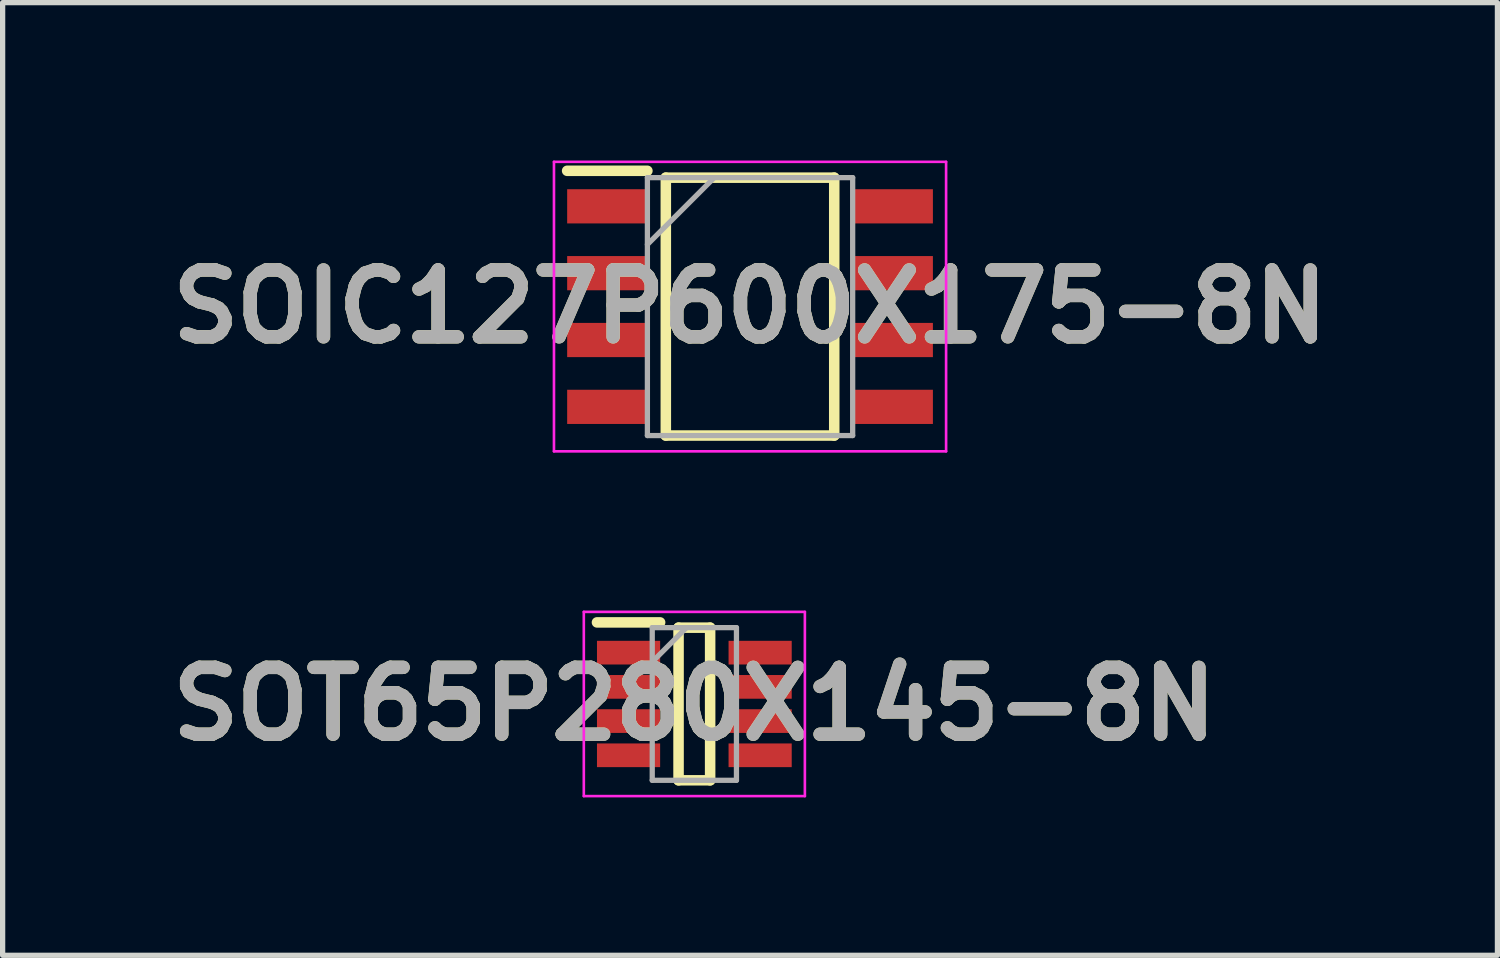
<source format=kicad_pcb>
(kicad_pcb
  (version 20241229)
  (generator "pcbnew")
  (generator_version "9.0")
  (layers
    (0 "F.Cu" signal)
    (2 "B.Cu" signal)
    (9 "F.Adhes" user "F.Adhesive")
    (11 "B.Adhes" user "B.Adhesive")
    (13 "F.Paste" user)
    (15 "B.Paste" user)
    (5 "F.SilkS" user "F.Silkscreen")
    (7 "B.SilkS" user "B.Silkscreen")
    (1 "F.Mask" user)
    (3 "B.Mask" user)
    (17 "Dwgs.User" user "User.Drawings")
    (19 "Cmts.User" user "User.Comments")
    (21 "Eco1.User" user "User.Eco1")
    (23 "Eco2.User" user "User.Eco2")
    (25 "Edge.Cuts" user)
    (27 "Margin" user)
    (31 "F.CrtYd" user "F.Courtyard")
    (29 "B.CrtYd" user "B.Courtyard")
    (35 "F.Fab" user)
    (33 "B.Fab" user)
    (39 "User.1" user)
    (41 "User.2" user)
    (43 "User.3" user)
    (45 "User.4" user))
  (footprint "SOT65P280X145-8N"
    (layer "F.Cu")
    (at 10.142 10.325)
    (property "Reference" "SOT65P280X145-8N" (at 0 0 0) (layer "F.SilkS") (effects (font (size 1.27 1.27) (thickness 0.254))))
    (attr smd)
    (fp_line (start -1.85 -1.55) (end -0.65 -1.55) (stroke (width 0.2) (type solid)) (layer "F.SilkS"))
    (fp_line (start -0.3 -1.45) (end 0.3 -1.45) (stroke (width 0.2) (type solid)) (layer "F.SilkS"))
    (fp_line (start -0.3 1.45) (end -0.3 -1.45) (stroke (width 0.2) (type solid)) (layer "F.SilkS"))
    (fp_line (start 0.3 -1.45) (end 0.3 1.45) (stroke (width 0.2) (type solid)) (layer "F.SilkS"))
    (fp_line (start 0.3 1.45) (end -0.3 1.45) (stroke (width 0.2) (type solid)) (layer "F.SilkS"))
    (fp_line (start -2.1 -1.75) (end 2.1 -1.75) (stroke (width 0.05) (type solid)) (layer "F.CrtYd"))
    (fp_line (start -2.1 1.75) (end -2.1 -1.75) (stroke (width 0.05) (type solid)) (layer "F.CrtYd"))
    (fp_line (start 2.1 -1.75) (end 2.1 1.75) (stroke (width 0.05) (type solid)) (layer "F.CrtYd"))
    (fp_line (start 2.1 1.75) (end -2.1 1.75) (stroke (width 0.05) (type solid)) (layer "F.CrtYd"))
    (fp_line (start -0.8 -1.45) (end 0.8 -1.45) (stroke (width 0.1) (type solid)) (layer "F.Fab"))
    (fp_line (start -0.8 -0.8) (end -0.15 -1.45) (stroke (width 0.1) (type solid)) (layer "F.Fab"))
    (fp_line (start -0.8 1.45) (end -0.8 -1.45) (stroke (width 0.1) (type solid)) (layer "F.Fab"))
    (fp_line (start 0.8 -1.45) (end 0.8 1.45) (stroke (width 0.1) (type solid)) (layer "F.Fab"))
    (fp_line (start 0.8 1.45) (end -0.8 1.45) (stroke (width 0.1) (type solid)) (layer "F.Fab"))
    (fp_text user "${REFERENCE}" (at 0 0 0) (layer "F.Fab") (effects (font (size 1.27 1.27) (thickness 0.254))))
    (pad "1" smd rect (at -1.25 -0.975 90) (size 0.45 1.2) (layers "F.Cu" "F.Mask" "F.Paste"))
    (pad "2" smd rect (at -1.25 -0.325 90) (size 0.45 1.2) (layers "F.Cu" "F.Mask" "F.Paste"))
    (pad "3" smd rect (at -1.25 0.325 90) (size 0.45 1.2) (layers "F.Cu" "F.Mask" "F.Paste"))
    (pad "4" smd rect (at -1.25 0.975 90) (size 0.45 1.2) (layers "F.Cu" "F.Mask" "F.Paste"))
    (pad "5" smd rect (at 1.25 0.975 90) (size 0.45 1.2) (layers "F.Cu" "F.Mask" "F.Paste"))
    (pad "6" smd rect (at 1.25 0.325 90) (size 0.45 1.2) (layers "F.Cu" "F.Mask" "F.Paste"))
    (pad "7" smd rect (at 1.25 -0.325 90) (size 0.45 1.2) (layers "F.Cu" "F.Mask" "F.Paste"))
    (pad "8" smd rect (at 1.25 -0.975 90) (size 0.45 1.2) (layers "F.Cu" "F.Mask" "F.Paste")))
  (footprint "SOIC127P600X175-8N"
    (layer "F.Cu")
    (at 11.2 2.775)
    (property "Reference" "SOIC127P600X175-8N" (at 0 0 0) (layer "F.SilkS") (effects (font (size 1.27 1.27) (thickness 0.254))))
    (attr smd)
    (fp_line (start -3.475 -2.58) (end -1.95 -2.58) (stroke (width 0.2) (type solid)) (layer "F.SilkS"))
    (fp_line (start -1.6 -2.45) (end 1.6 -2.45) (stroke (width 0.2) (type solid)) (layer "F.SilkS"))
    (fp_line (start -1.6 2.45) (end -1.6 -2.45) (stroke (width 0.2) (type solid)) (layer "F.SilkS"))
    (fp_line (start 1.6 -2.45) (end 1.6 2.45) (stroke (width 0.2) (type solid)) (layer "F.SilkS"))
    (fp_line (start 1.6 2.45) (end -1.6 2.45) (stroke (width 0.2) (type solid)) (layer "F.SilkS"))
    (fp_line (start -3.725 -2.75) (end 3.725 -2.75) (stroke (width 0.05) (type solid)) (layer "F.CrtYd"))
    (fp_line (start -3.725 2.75) (end -3.725 -2.75) (stroke (width 0.05) (type solid)) (layer "F.CrtYd"))
    (fp_line (start 3.725 -2.75) (end 3.725 2.75) (stroke (width 0.05) (type solid)) (layer "F.CrtYd"))
    (fp_line (start 3.725 2.75) (end -3.725 2.75) (stroke (width 0.05) (type solid)) (layer "F.CrtYd"))
    (fp_line (start -1.95 -2.45) (end 1.95 -2.45) (stroke (width 0.1) (type solid)) (layer "F.Fab"))
    (fp_line (start -1.95 -1.18) (end -0.68 -2.45) (stroke (width 0.1) (type solid)) (layer "F.Fab"))
    (fp_line (start -1.95 2.45) (end -1.95 -2.45) (stroke (width 0.1) (type solid)) (layer "F.Fab"))
    (fp_line (start 1.95 -2.45) (end 1.95 2.45) (stroke (width 0.1) (type solid)) (layer "F.Fab"))
    (fp_line (start 1.95 2.45) (end -1.95 2.45) (stroke (width 0.1) (type solid)) (layer "F.Fab"))
    (fp_text user "${REFERENCE}" (at 0 0 0) (layer "F.Fab") (effects (font (size 1.27 1.27) (thickness 0.254))))
    (pad "1" smd rect (at -2.712 -1.905 90) (size 0.65 1.525) (layers "F.Cu" "F.Mask" "F.Paste"))
    (pad "2" smd rect (at -2.712 -0.635 90) (size 0.65 1.525) (layers "F.Cu" "F.Mask" "F.Paste"))
    (pad "3" smd rect (at -2.712 0.635 90) (size 0.65 1.525) (layers "F.Cu" "F.Mask" "F.Paste"))
    (pad "4" smd rect (at -2.712 1.905 90) (size 0.65 1.525) (layers "F.Cu" "F.Mask" "F.Paste"))
    (pad "5" smd rect (at 2.712 1.905 90) (size 0.65 1.525) (layers "F.Cu" "F.Mask" "F.Paste"))
    (pad "6" smd rect (at 2.712 0.635 90) (size 0.65 1.525) (layers "F.Cu" "F.Mask" "F.Paste"))
    (pad "7" smd rect (at 2.712 -0.635 90) (size 0.65 1.525) (layers "F.Cu" "F.Mask" "F.Paste"))
    (pad "8" smd rect (at 2.712 -1.905 90) (size 0.65 1.525) (layers "F.Cu" "F.Mask" "F.Paste")))
  (gr_rect
    (start -3 -3)
    (end 25.4 15.1)
    (stroke (width 0.1) (type default))
    (fill no)
    (layer "Edge.Cuts")))
</source>
